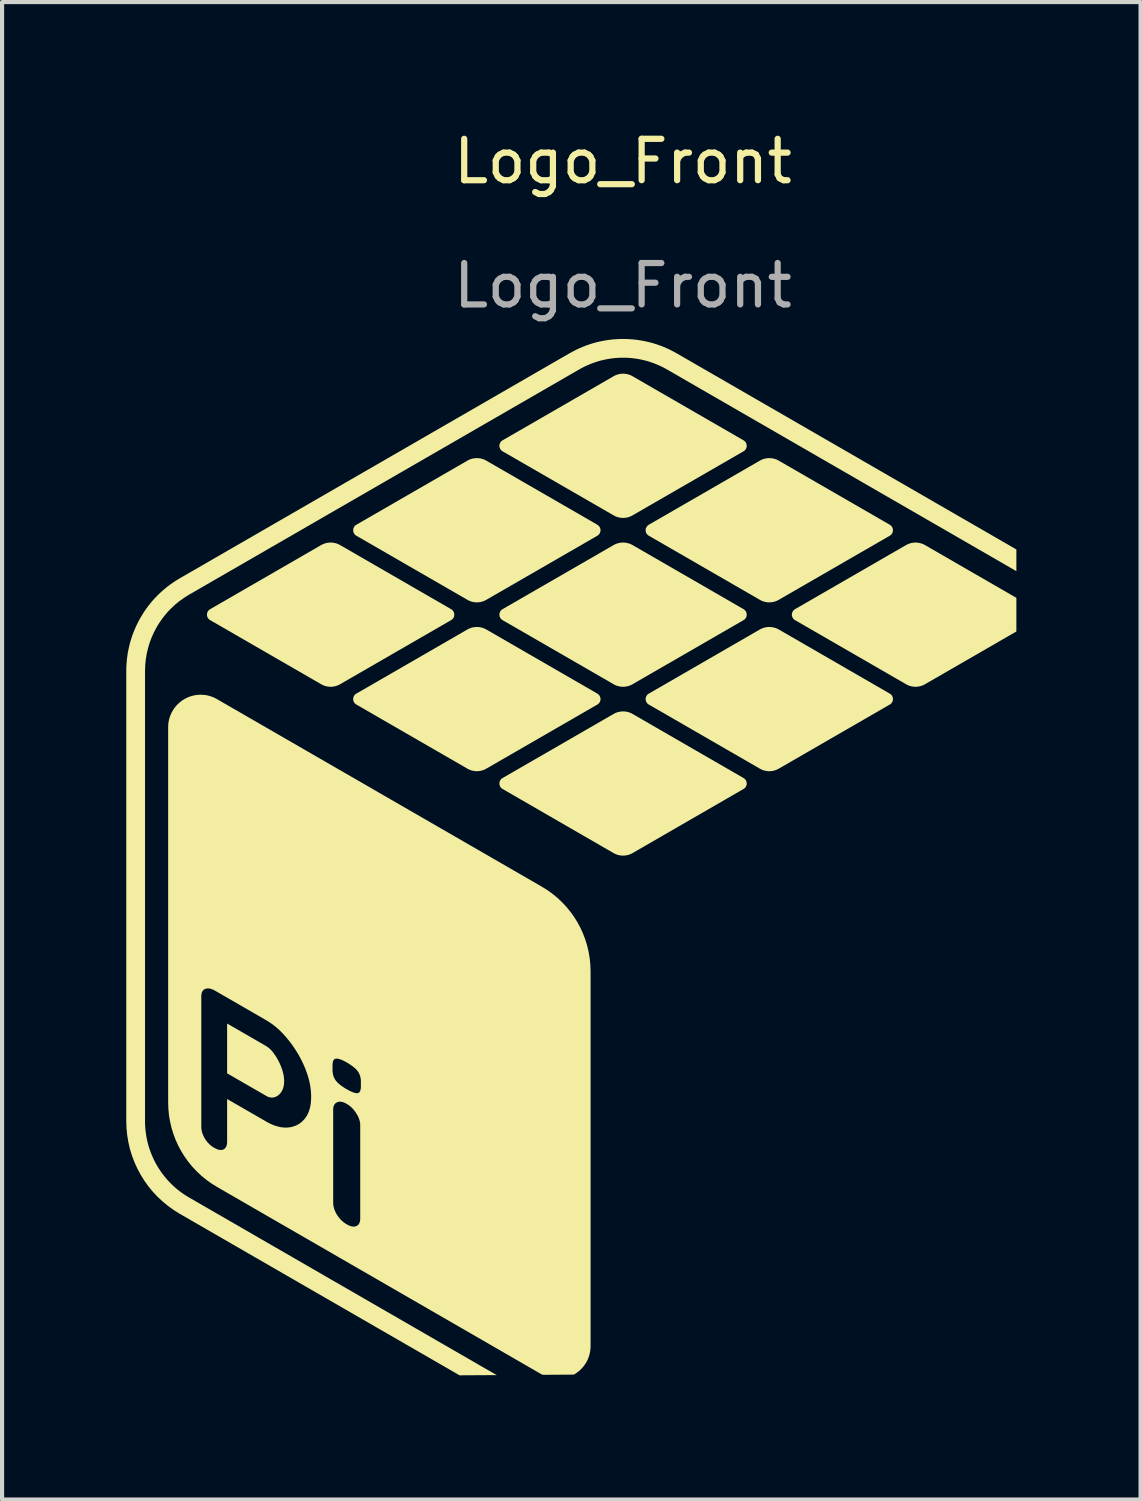
<source format=kicad_pcb>
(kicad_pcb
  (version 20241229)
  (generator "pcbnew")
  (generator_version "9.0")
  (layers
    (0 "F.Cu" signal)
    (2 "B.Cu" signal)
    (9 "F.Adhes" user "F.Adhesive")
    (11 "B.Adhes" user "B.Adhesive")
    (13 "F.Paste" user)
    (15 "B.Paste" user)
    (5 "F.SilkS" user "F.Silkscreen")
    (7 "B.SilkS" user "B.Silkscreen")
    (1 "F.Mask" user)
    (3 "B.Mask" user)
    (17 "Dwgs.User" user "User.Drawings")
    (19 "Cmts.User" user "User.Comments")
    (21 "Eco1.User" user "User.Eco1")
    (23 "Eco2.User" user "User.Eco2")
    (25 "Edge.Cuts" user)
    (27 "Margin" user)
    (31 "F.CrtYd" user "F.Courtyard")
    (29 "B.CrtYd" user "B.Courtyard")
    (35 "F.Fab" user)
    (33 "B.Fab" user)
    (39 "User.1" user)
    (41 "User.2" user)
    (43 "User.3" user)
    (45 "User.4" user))
  (footprint "Logo_Front"
    (layer "F.Cu")
    (at 11.996 18.848)
    (property "Reference" "Logo_Front" (at 0 -18 0) (unlocked yes) (layer "F.SilkS") (effects (font (size 1 1) (thickness 0.15))))
    (fp_poly (pts (xy -8.613 3.372) (xy -8.6 3.38) (xy -8.588 3.389) (xy -8.575 3.398) (xy -8.562 3.408) (xy -8.549 3.418) (xy -8.536 3.429) (xy -8.524 3.441) (xy -8.511 3.453) (xy -8.498 3.466) (xy -8.486 3.48) (xy -8.473 3.494) (xy -8.461 3.509) (xy -8.448 3.525) (xy -8.436 3.541) (xy -8.424 3.558) (xy -8.411 3.576) (xy -8.387 3.611) (xy -8.364 3.647) (xy -8.343 3.685) (xy -8.322 3.723) (xy -8.302 3.762) (xy -8.283 3.803) (xy -8.265 3.845) (xy -8.249 3.888) (xy -8.233 3.931) (xy -8.226 3.952) (xy -8.22 3.973) (xy -8.214 3.994) (xy -8.209 4.015) (xy -8.204 4.036) (xy -8.199 4.057) (xy -8.196 4.078) (xy -8.192 4.098) (xy -8.189 4.118) (xy -8.187 4.139) (xy -8.185 4.159) (xy -8.184 4.179) (xy -8.183 4.199) (xy -8.183 4.218) (xy -8.183 4.237) (xy -8.184 4.256) (xy -8.185 4.274) (xy -8.187 4.291) (xy -8.189 4.309) (xy -8.192 4.326) (xy -8.196 4.342) (xy -8.199 4.358) (xy -8.204 4.374) (xy -8.209 4.39) (xy -8.214 4.405) (xy -8.22 4.419) (xy -8.226 4.434) (xy -8.233 4.447) (xy -8.241 4.461) (xy -8.249 4.474) (xy -8.257 4.486) (xy -8.265 4.498) (xy -8.274 4.509) (xy -8.283 4.519) (xy -8.292 4.529) (xy -8.302 4.538) (xy -8.312 4.547) (xy -8.322 4.556) (xy -8.332 4.564) (xy -8.343 4.571) (xy -8.353 4.578) (xy -8.364 4.584) (xy -8.376 4.589) (xy -8.387 4.595) (xy -8.399 4.599) (xy -8.411 4.603) (xy -8.424 4.607) (xy -8.436 4.61) (xy -8.448 4.612) (xy -8.461 4.613) (xy -8.473 4.614) (xy -8.486 4.614) (xy -8.498 4.613) (xy -8.511 4.611) (xy -8.524 4.609) (xy -8.536 4.606) (xy -8.549 4.603) (xy -8.562 4.599) (xy -8.575 4.594) (xy -8.588 4.588) (xy -8.6 4.581) (xy -8.613 4.574) (xy -9.56 4.028) (xy -9.56 2.825)) (stroke (width 0) (type solid)) (fill yes) (layer "F.SilkS"))
    (fp_poly (pts (xy 7.083 -8.793) (xy 7.098 -8.792) (xy 7.113 -8.791) (xy 7.128 -8.789) (xy 7.143 -8.787) (xy 7.157 -8.784) (xy 7.172 -8.781) (xy 7.187 -8.777) (xy 7.201 -8.773) (xy 7.215 -8.769) (xy 7.229 -8.764) (xy 7.243 -8.758) (xy 7.257 -8.752) (xy 7.271 -8.746) (xy 7.284 -8.739) (xy 7.297 -8.732) (xy 9.504 -7.457) (xy 9.504 -6.645) (xy 7.297 -5.371) (xy 7.27 -5.356) (xy 7.243 -5.344) (xy 7.214 -5.333) (xy 7.186 -5.325) (xy 7.157 -5.318) (xy 7.127 -5.313) (xy 7.098 -5.31) (xy 7.068 -5.309) (xy 7.038 -5.31) (xy 7.009 -5.313) (xy 6.979 -5.318) (xy 6.95 -5.325) (xy 6.922 -5.333) (xy 6.894 -5.344) (xy 6.866 -5.356) (xy 6.839 -5.371) (xy 4.157 -6.919) (xy 4.149 -6.924) (xy 4.141 -6.93) (xy 4.133 -6.937) (xy 4.126 -6.943) (xy 4.119 -6.951) (xy 4.112 -6.958) (xy 4.107 -6.966) (xy 4.102 -6.975) (xy 4.097 -6.984) (xy 4.093 -6.993) (xy 4.089 -7.002) (xy 4.086 -7.011) (xy 4.084 -7.021) (xy 4.082 -7.031) (xy 4.081 -7.041) (xy 4.081 -7.051) (xy 4.081 -7.056) (xy 4.081 -7.061) (xy 4.082 -7.066) (xy 4.082 -7.071) (xy 4.083 -7.076) (xy 4.084 -7.081) (xy 4.085 -7.086) (xy 4.086 -7.091) (xy 4.088 -7.096) (xy 4.089 -7.101) (xy 4.091 -7.105) (xy 4.093 -7.11) (xy 4.095 -7.114) (xy 4.097 -7.119) (xy 4.099 -7.123) (xy 4.102 -7.128) (xy 4.104 -7.132) (xy 4.107 -7.136) (xy 4.11 -7.14) (xy 4.112 -7.144) (xy 4.116 -7.148) (xy 4.119 -7.152) (xy 4.122 -7.155) (xy 4.126 -7.159) (xy 4.129 -7.163) (xy 4.133 -7.166) (xy 4.137 -7.169) (xy 4.141 -7.172) (xy 4.145 -7.175) (xy 4.149 -7.178) (xy 4.153 -7.181) (xy 4.157 -7.184) (xy 6.839 -8.732) (xy 6.852 -8.739) (xy 6.865 -8.746) (xy 6.879 -8.752) (xy 6.893 -8.758) (xy 6.907 -8.764) (xy 6.921 -8.769) (xy 6.935 -8.773) (xy 6.949 -8.777) (xy 6.964 -8.781) (xy 6.978 -8.784) (xy 6.993 -8.787) (xy 7.008 -8.789) (xy 7.023 -8.791) (xy 7.038 -8.792) (xy 7.053 -8.793) (xy 7.068 -8.793)) (stroke (width 0) (type solid)) (fill yes) (layer "F.SilkS"))
    (fp_poly (pts (xy -7.045 -8.793) (xy -7.03 -8.792) (xy -7.015 -8.791) (xy -7 -8.789) (xy -6.985 -8.787) (xy -6.971 -8.784) (xy -6.956 -8.781) (xy -6.942 -8.777) (xy -6.927 -8.773) (xy -6.913 -8.769) (xy -6.899 -8.764) (xy -6.885 -8.758) (xy -6.871 -8.752) (xy -6.858 -8.746) (xy -6.844 -8.739) (xy -6.831 -8.732) (xy -4.15 -7.184) (xy -4.141 -7.178) (xy -4.133 -7.172) (xy -4.125 -7.166) (xy -4.118 -7.159) (xy -4.111 -7.152) (xy -4.105 -7.144) (xy -4.099 -7.136) (xy -4.094 -7.128) (xy -4.089 -7.119) (xy -4.085 -7.11) (xy -4.081 -7.101) (xy -4.078 -7.091) (xy -4.076 -7.081) (xy -4.075 -7.071) (xy -4.074 -7.061) (xy -4.073 -7.051) (xy -4.073 -7.046) (xy -4.074 -7.041) (xy -4.074 -7.036) (xy -4.075 -7.031) (xy -4.075 -7.026) (xy -4.076 -7.021) (xy -4.077 -7.016) (xy -4.078 -7.011) (xy -4.08 -7.007) (xy -4.081 -7.002) (xy -4.083 -6.997) (xy -4.085 -6.993) (xy -4.087 -6.988) (xy -4.089 -6.984) (xy -4.091 -6.979) (xy -4.094 -6.975) (xy -4.096 -6.971) (xy -4.099 -6.966) (xy -4.102 -6.962) (xy -4.105 -6.958) (xy -4.108 -6.955) (xy -4.111 -6.951) (xy -4.114 -6.947) (xy -4.118 -6.943) (xy -4.121 -6.94) (xy -4.125 -6.937) (xy -4.129 -6.933) (xy -4.133 -6.93) (xy -4.137 -6.927) (xy -4.141 -6.924) (xy -4.145 -6.922) (xy -4.15 -6.919) (xy -6.831 -5.371) (xy -6.858 -5.356) (xy -6.886 -5.344) (xy -6.914 -5.333) (xy -6.943 -5.325) (xy -6.972 -5.318) (xy -7.001 -5.313) (xy -7.031 -5.31) (xy -7.06 -5.309) (xy -7.09 -5.31) (xy -7.119 -5.313) (xy -7.149 -5.318) (xy -7.178 -5.325) (xy -7.207 -5.333) (xy -7.235 -5.344) (xy -7.262 -5.356) (xy -7.289 -5.371) (xy -9.97 -6.919) (xy -9.979 -6.924) (xy -9.987 -6.93) (xy -9.995 -6.937) (xy -10.002 -6.943) (xy -10.009 -6.951) (xy -10.015 -6.958) (xy -10.021 -6.966) (xy -10.026 -6.975) (xy -10.031 -6.984) (xy -10.035 -6.993) (xy -10.039 -7.002) (xy -10.041 -7.011) (xy -10.044 -7.021) (xy -10.045 -7.031) (xy -10.046 -7.041) (xy -10.047 -7.051) (xy -10.047 -7.056) (xy -10.046 -7.061) (xy -10.046 -7.066) (xy -10.045 -7.071) (xy -10.045 -7.076) (xy -10.044 -7.081) (xy -10.043 -7.086) (xy -10.041 -7.091) (xy -10.04 -7.096) (xy -10.039 -7.101) (xy -10.037 -7.105) (xy -10.035 -7.11) (xy -10.033 -7.114) (xy -10.031 -7.119) (xy -10.029 -7.123) (xy -10.026 -7.128) (xy -10.024 -7.132) (xy -10.021 -7.136) (xy -10.018 -7.14) (xy -10.015 -7.144) (xy -10.012 -7.148) (xy -10.009 -7.152) (xy -10.006 -7.155) (xy -10.002 -7.159) (xy -9.999 -7.163) (xy -9.995 -7.166) (xy -9.991 -7.169) (xy -9.987 -7.172) (xy -9.983 -7.175) (xy -9.979 -7.178) (xy -9.975 -7.181) (xy -9.97 -7.184) (xy -7.289 -8.732) (xy -7.276 -8.739) (xy -7.263 -8.746) (xy -7.249 -8.752) (xy -7.235 -8.758) (xy -7.222 -8.764) (xy -7.207 -8.769) (xy -7.193 -8.773) (xy -7.179 -8.777) (xy -7.164 -8.781) (xy -7.15 -8.784) (xy -7.135 -8.787) (xy -7.12 -8.789) (xy -7.105 -8.791) (xy -7.09 -8.792) (xy -7.075 -8.793) (xy -7.06 -8.793)) (stroke (width 0) (type solid)) (fill yes) (layer "F.SilkS"))
    (fp_poly (pts (xy -3.513 -6.753) (xy -3.498 -6.753) (xy -3.483 -6.751) (xy -3.468 -6.75) (xy -3.453 -6.748) (xy -3.439 -6.745) (xy -3.424 -6.742) (xy -3.409 -6.738) (xy -3.395 -6.734) (xy -3.381 -6.73) (xy -3.367 -6.725) (xy -3.353 -6.719) (xy -3.339 -6.713) (xy -3.326 -6.707) (xy -3.312 -6.7) (xy -3.299 -6.693) (xy -0.617 -5.144) (xy -0.609 -5.139) (xy -0.601 -5.133) (xy -0.593 -5.127) (xy -0.586 -5.12) (xy -0.579 -5.113) (xy -0.573 -5.105) (xy -0.567 -5.097) (xy -0.562 -5.088) (xy -0.557 -5.08) (xy -0.553 -5.071) (xy -0.549 -5.061) (xy -0.546 -5.052) (xy -0.544 -5.042) (xy -0.542 -5.032) (xy -0.541 -5.022) (xy -0.541 -5.012) (xy -0.541 -5.007) (xy -0.541 -5.002) (xy -0.542 -4.997) (xy -0.542 -4.992) (xy -0.543 -4.987) (xy -0.544 -4.982) (xy -0.545 -4.977) (xy -0.546 -4.972) (xy -0.548 -4.967) (xy -0.549 -4.963) (xy -0.551 -4.958) (xy -0.553 -4.953) (xy -0.555 -4.949) (xy -0.557 -4.944) (xy -0.559 -4.94) (xy -0.562 -4.936) (xy -0.564 -4.931) (xy -0.567 -4.927) (xy -0.57 -4.923) (xy -0.573 -4.919) (xy -0.576 -4.915) (xy -0.579 -4.912) (xy -0.582 -4.908) (xy -0.586 -4.904) (xy -0.589 -4.901) (xy -0.593 -4.897) (xy -0.597 -4.894) (xy -0.601 -4.891) (xy -0.605 -4.888) (xy -0.609 -4.885) (xy -0.613 -4.882) (xy -0.617 -4.88) (xy -3.299 -3.332) (xy -3.326 -3.317) (xy -3.354 -3.305) (xy -3.382 -3.294) (xy -3.41 -3.286) (xy -3.44 -3.279) (xy -3.469 -3.274) (xy -3.499 -3.271) (xy -3.528 -3.27) (xy -3.558 -3.271) (xy -3.587 -3.274) (xy -3.617 -3.279) (xy -3.646 -3.286) (xy -3.675 -3.294) (xy -3.703 -3.305) (xy -3.73 -3.317) (xy -3.757 -3.332) (xy -6.439 -4.88) (xy -6.447 -4.885) (xy -6.456 -4.891) (xy -6.463 -4.897) (xy -6.471 -4.904) (xy -6.477 -4.912) (xy -6.484 -4.919) (xy -6.49 -4.927) (xy -6.495 -4.936) (xy -6.499 -4.944) (xy -6.504 -4.953) (xy -6.507 -4.963) (xy -6.51 -4.972) (xy -6.512 -4.982) (xy -6.514 -4.992) (xy -6.515 -5.002) (xy -6.515 -5.012) (xy -6.515 -5.017) (xy -6.515 -5.022) (xy -6.514 -5.027) (xy -6.514 -5.032) (xy -6.513 -5.037) (xy -6.512 -5.042) (xy -6.511 -5.047) (xy -6.51 -5.052) (xy -6.509 -5.057) (xy -6.507 -5.061) (xy -6.505 -5.066) (xy -6.504 -5.071) (xy -6.502 -5.075) (xy -6.499 -5.08) (xy -6.497 -5.084) (xy -6.495 -5.088) (xy -6.492 -5.093) (xy -6.49 -5.097) (xy -6.487 -5.101) (xy -6.484 -5.105) (xy -6.481 -5.109) (xy -6.477 -5.113) (xy -6.474 -5.116) (xy -6.471 -5.12) (xy -6.467 -5.123) (xy -6.463 -5.127) (xy -6.46 -5.13) (xy -6.456 -5.133) (xy -6.452 -5.136) (xy -6.447 -5.139) (xy -6.443 -5.142) (xy -6.439 -5.144) (xy -3.757 -6.693) (xy -3.744 -6.7) (xy -3.731 -6.707) (xy -3.717 -6.713) (xy -3.703 -6.719) (xy -3.689 -6.725) (xy -3.675 -6.73) (xy -3.661 -6.734) (xy -3.647 -6.738) (xy -3.632 -6.742) (xy -3.617 -6.745) (xy -3.603 -6.748) (xy -3.588 -6.75) (xy -3.573 -6.751) (xy -3.558 -6.753) (xy -3.543 -6.753) (xy -3.528 -6.754)) (stroke (width 0) (type solid)) (fill yes) (layer "F.SilkS"))
    (fp_poly (pts (xy -3.513 -10.832) (xy -3.498 -10.831) (xy -3.483 -10.83) (xy -3.468 -10.828) (xy -3.453 -10.826) (xy -3.438 -10.824) (xy -3.424 -10.82) (xy -3.409 -10.817) (xy -3.395 -10.813) (xy -3.381 -10.808) (xy -3.367 -10.803) (xy -3.353 -10.797) (xy -3.339 -10.792) (xy -3.325 -10.785) (xy -3.312 -10.778) (xy -3.299 -10.771) (xy -0.617 -9.223) (xy -0.609 -9.217) (xy -0.601 -9.211) (xy -0.593 -9.205) (xy -0.586 -9.198) (xy -0.579 -9.191) (xy -0.573 -9.183) (xy -0.567 -9.175) (xy -0.562 -9.167) (xy -0.557 -9.158) (xy -0.553 -9.149) (xy -0.549 -9.14) (xy -0.546 -9.13) (xy -0.544 -9.121) (xy -0.542 -9.111) (xy -0.541 -9.101) (xy -0.541 -9.09) (xy -0.541 -9.085) (xy -0.541 -9.08) (xy -0.542 -9.075) (xy -0.542 -9.07) (xy -0.543 -9.065) (xy -0.544 -9.06) (xy -0.545 -9.055) (xy -0.546 -9.051) (xy -0.548 -9.046) (xy -0.549 -9.041) (xy -0.551 -9.036) (xy -0.553 -9.032) (xy -0.555 -9.027) (xy -0.557 -9.023) (xy -0.559 -9.018) (xy -0.562 -9.014) (xy -0.564 -9.01) (xy -0.567 -9.006) (xy -0.57 -9.002) (xy -0.573 -8.998) (xy -0.576 -8.994) (xy -0.579 -8.99) (xy -0.582 -8.986) (xy -0.586 -8.983) (xy -0.589 -8.979) (xy -0.593 -8.976) (xy -0.597 -8.973) (xy -0.601 -8.969) (xy -0.605 -8.966) (xy -0.609 -8.964) (xy -0.613 -8.961) (xy -0.617 -8.958) (xy -3.299 -7.41) (xy -3.326 -7.395) (xy -3.354 -7.383) (xy -3.382 -7.372) (xy -3.41 -7.364) (xy -3.44 -7.357) (xy -3.469 -7.352) (xy -3.499 -7.349) (xy -3.528 -7.348) (xy -3.558 -7.349) (xy -3.587 -7.352) (xy -3.617 -7.357) (xy -3.646 -7.364) (xy -3.675 -7.372) (xy -3.703 -7.383) (xy -3.73 -7.395) (xy -3.757 -7.41) (xy -6.439 -8.958) (xy -6.447 -8.964) (xy -6.456 -8.969) (xy -6.463 -8.976) (xy -6.471 -8.983) (xy -6.477 -8.99) (xy -6.484 -8.998) (xy -6.49 -9.006) (xy -6.495 -9.014) (xy -6.499 -9.023) (xy -6.504 -9.032) (xy -6.507 -9.041) (xy -6.51 -9.051) (xy -6.512 -9.06) (xy -6.514 -9.07) (xy -6.515 -9.08) (xy -6.515 -9.09) (xy -6.515 -9.096) (xy -6.515 -9.101) (xy -6.514 -9.106) (xy -6.514 -9.111) (xy -6.513 -9.116) (xy -6.512 -9.121) (xy -6.511 -9.125) (xy -6.51 -9.13) (xy -6.509 -9.135) (xy -6.507 -9.14) (xy -6.505 -9.144) (xy -6.504 -9.149) (xy -6.502 -9.154) (xy -6.499 -9.158) (xy -6.497 -9.162) (xy -6.495 -9.167) (xy -6.492 -9.171) (xy -6.49 -9.175) (xy -6.487 -9.179) (xy -6.484 -9.183) (xy -6.481 -9.187) (xy -6.477 -9.191) (xy -6.474 -9.195) (xy -6.471 -9.198) (xy -6.467 -9.202) (xy -6.463 -9.205) (xy -6.46 -9.208) (xy -6.456 -9.211) (xy -6.452 -9.214) (xy -6.447 -9.217) (xy -6.443 -9.22) (xy -6.439 -9.223) (xy -3.757 -10.771) (xy -3.744 -10.778) (xy -3.731 -10.785) (xy -3.717 -10.792) (xy -3.703 -10.798) (xy -3.689 -10.803) (xy -3.675 -10.808) (xy -3.661 -10.813) (xy -3.647 -10.817) (xy -3.632 -10.82) (xy -3.618 -10.824) (xy -3.603 -10.826) (xy -3.588 -10.828) (xy -3.573 -10.83) (xy -3.558 -10.831) (xy -3.543 -10.832) (xy -3.528 -10.832)) (stroke (width 0) (type solid)) (fill yes) (layer "F.SilkS"))
    (fp_poly (pts (xy 0.019 -8.793) (xy 0.034 -8.792) (xy 0.049 -8.791) (xy 0.064 -8.789) (xy 0.078 -8.787) (xy 0.093 -8.784) (xy 0.108 -8.781) (xy 0.122 -8.777) (xy 0.137 -8.773) (xy 0.151 -8.769) (xy 0.165 -8.764) (xy 0.179 -8.758) (xy 0.193 -8.752) (xy 0.207 -8.746) (xy 0.22 -8.739) (xy 0.233 -8.732) (xy 2.914 -7.184) (xy 2.923 -7.178) (xy 2.931 -7.172) (xy 2.939 -7.166) (xy 2.946 -7.159) (xy 2.953 -7.152) (xy 2.959 -7.144) (xy 2.965 -7.136) (xy 2.97 -7.128) (xy 2.975 -7.119) (xy 2.979 -7.11) (xy 2.982 -7.101) (xy 2.985 -7.091) (xy 2.987 -7.081) (xy 2.989 -7.071) (xy 2.99 -7.061) (xy 2.99 -7.051) (xy 2.99 -7.046) (xy 2.99 -7.041) (xy 2.99 -7.036) (xy 2.989 -7.031) (xy 2.988 -7.026) (xy 2.987 -7.021) (xy 2.986 -7.016) (xy 2.985 -7.011) (xy 2.984 -7.007) (xy 2.982 -7.002) (xy 2.981 -6.997) (xy 2.979 -6.993) (xy 2.977 -6.988) (xy 2.975 -6.984) (xy 2.972 -6.979) (xy 2.97 -6.975) (xy 2.967 -6.971) (xy 2.965 -6.966) (xy 2.962 -6.962) (xy 2.959 -6.958) (xy 2.956 -6.955) (xy 2.953 -6.951) (xy 2.949 -6.947) (xy 2.946 -6.943) (xy 2.942 -6.94) (xy 2.939 -6.937) (xy 2.935 -6.933) (xy 2.931 -6.93) (xy 2.927 -6.927) (xy 2.923 -6.924) (xy 2.918 -6.922) (xy 2.914 -6.919) (xy 0.233 -5.371) (xy 0.206 -5.356) (xy 0.179 -5.344) (xy 0.15 -5.333) (xy 0.122 -5.325) (xy 0.093 -5.318) (xy 0.063 -5.313) (xy 0.034 -5.31) (xy 0.004 -5.309) (xy -0.026 -5.31) (xy -0.055 -5.313) (xy -0.085 -5.318) (xy -0.114 -5.325) (xy -0.142 -5.333) (xy -0.171 -5.344) (xy -0.198 -5.356) (xy -0.225 -5.371) (xy -2.907 -6.919) (xy -2.915 -6.924) (xy -2.924 -6.93) (xy -2.931 -6.937) (xy -2.939 -6.943) (xy -2.945 -6.951) (xy -2.952 -6.958) (xy -2.957 -6.966) (xy -2.963 -6.975) (xy -2.967 -6.984) (xy -2.971 -6.993) (xy -2.975 -7.002) (xy -2.978 -7.011) (xy -2.98 -7.021) (xy -2.982 -7.031) (xy -2.983 -7.041) (xy -2.983 -7.051) (xy -2.983 -7.056) (xy -2.983 -7.061) (xy -2.982 -7.066) (xy -2.982 -7.071) (xy -2.981 -7.076) (xy -2.98 -7.081) (xy -2.979 -7.086) (xy -2.978 -7.091) (xy -2.976 -7.096) (xy -2.975 -7.101) (xy -2.973 -7.105) (xy -2.971 -7.11) (xy -2.969 -7.114) (xy -2.967 -7.119) (xy -2.965 -7.123) (xy -2.963 -7.128) (xy -2.96 -7.132) (xy -2.957 -7.136) (xy -2.955 -7.14) (xy -2.952 -7.144) (xy -2.949 -7.148) (xy -2.945 -7.152) (xy -2.942 -7.155) (xy -2.939 -7.159) (xy -2.935 -7.163) (xy -2.931 -7.166) (xy -2.928 -7.169) (xy -2.924 -7.172) (xy -2.92 -7.175) (xy -2.915 -7.178) (xy -2.911 -7.181) (xy -2.907 -7.184) (xy -0.225 -8.732) (xy -0.212 -8.739) (xy -0.199 -8.746) (xy -0.185 -8.752) (xy -0.171 -8.758) (xy -0.157 -8.764) (xy -0.143 -8.769) (xy -0.129 -8.773) (xy -0.115 -8.777) (xy -0.1 -8.781) (xy -0.086 -8.784) (xy -0.071 -8.787) (xy -0.056 -8.789) (xy -0.041 -8.791) (xy -0.026 -8.792) (xy -0.011 -8.793) (xy 0.004 -8.793)) (stroke (width 0) (type solid)) (fill yes) (layer "F.SilkS"))
    (fp_poly (pts (xy 0.019 -12.871) (xy 0.034 -12.871) (xy 0.049 -12.869) (xy 0.064 -12.868) (xy 0.079 -12.865) (xy 0.093 -12.863) (xy 0.108 -12.86) (xy 0.122 -12.856) (xy 0.137 -12.852) (xy 0.151 -12.847) (xy 0.165 -12.842) (xy 0.179 -12.837) (xy 0.193 -12.831) (xy 0.207 -12.824) (xy 0.22 -12.817) (xy 0.233 -12.81) (xy 2.914 -11.262) (xy 2.923 -11.256) (xy 2.931 -11.251) (xy 2.939 -11.244) (xy 2.946 -11.237) (xy 2.953 -11.23) (xy 2.959 -11.222) (xy 2.965 -11.214) (xy 2.97 -11.206) (xy 2.975 -11.197) (xy 2.979 -11.188) (xy 2.982 -11.179) (xy 2.985 -11.169) (xy 2.987 -11.16) (xy 2.989 -11.15) (xy 2.99 -11.14) (xy 2.99 -11.13) (xy 2.99 -11.124) (xy 2.99 -11.119) (xy 2.99 -11.114) (xy 2.989 -11.109) (xy 2.988 -11.104) (xy 2.987 -11.099) (xy 2.986 -11.095) (xy 2.985 -11.09) (xy 2.984 -11.085) (xy 2.982 -11.08) (xy 2.981 -11.076) (xy 2.979 -11.071) (xy 2.977 -11.066) (xy 2.975 -11.062) (xy 2.972 -11.058) (xy 2.97 -11.053) (xy 2.967 -11.049) (xy 2.965 -11.045) (xy 2.962 -11.041) (xy 2.959 -11.037) (xy 2.956 -11.033) (xy 2.953 -11.029) (xy 2.949 -11.025) (xy 2.946 -11.022) (xy 2.942 -11.018) (xy 2.939 -11.015) (xy 2.935 -11.012) (xy 2.931 -11.009) (xy 2.927 -11.006) (xy 2.923 -11.003) (xy 2.918 -11) (xy 2.914 -10.997) (xy 0.233 -9.45) (xy 0.206 -9.435) (xy 0.179 -9.423) (xy 0.15 -9.412) (xy 0.122 -9.403) (xy 0.093 -9.397) (xy 0.063 -9.392) (xy 0.034 -9.389) (xy 0.004 -9.388) (xy -0.026 -9.389) (xy -0.055 -9.392) (xy -0.085 -9.397) (xy -0.114 -9.403) (xy -0.142 -9.412) (xy -0.171 -9.423) (xy -0.198 -9.435) (xy -0.225 -9.45) (xy -2.907 -10.997) (xy -2.915 -11.003) (xy -2.924 -11.009) (xy -2.931 -11.015) (xy -2.939 -11.022) (xy -2.945 -11.029) (xy -2.952 -11.037) (xy -2.957 -11.045) (xy -2.963 -11.053) (xy -2.967 -11.062) (xy -2.971 -11.071) (xy -2.975 -11.08) (xy -2.978 -11.09) (xy -2.98 -11.099) (xy -2.982 -11.109) (xy -2.983 -11.119) (xy -2.983 -11.13) (xy -2.983 -11.135) (xy -2.983 -11.14) (xy -2.982 -11.145) (xy -2.982 -11.15) (xy -2.981 -11.155) (xy -2.98 -11.16) (xy -2.979 -11.165) (xy -2.978 -11.169) (xy -2.976 -11.174) (xy -2.975 -11.179) (xy -2.973 -11.184) (xy -2.971 -11.188) (xy -2.969 -11.193) (xy -2.967 -11.197) (xy -2.965 -11.202) (xy -2.963 -11.206) (xy -2.96 -11.21) (xy -2.957 -11.214) (xy -2.955 -11.218) (xy -2.952 -11.222) (xy -2.949 -11.226) (xy -2.945 -11.23) (xy -2.942 -11.234) (xy -2.939 -11.237) (xy -2.935 -11.241) (xy -2.931 -11.244) (xy -2.928 -11.247) (xy -2.924 -11.251) (xy -2.92 -11.254) (xy -2.915 -11.256) (xy -2.911 -11.259) (xy -2.907 -11.262) (xy -0.225 -12.81) (xy -0.212 -12.817) (xy -0.199 -12.824) (xy -0.185 -12.831) (xy -0.171 -12.837) (xy -0.158 -12.842) (xy -0.143 -12.847) (xy -0.129 -12.852) (xy -0.115 -12.856) (xy -0.1 -12.86) (xy -0.086 -12.863) (xy -0.071 -12.865) (xy -0.056 -12.868) (xy -0.041 -12.869) (xy -0.026 -12.871) (xy -0.011 -12.871) (xy 0.004 -12.872)) (stroke (width 0) (type solid)) (fill yes) (layer "F.SilkS"))
    (fp_poly (pts (xy 0.019 -4.714) (xy 0.034 -4.713) (xy 0.049 -4.712) (xy 0.064 -4.711) (xy 0.079 -4.708) (xy 0.093 -4.706) (xy 0.108 -4.702) (xy 0.122 -4.699) (xy 0.137 -4.695) (xy 0.151 -4.69) (xy 0.165 -4.685) (xy 0.179 -4.68) (xy 0.193 -4.674) (xy 0.207 -4.667) (xy 0.22 -4.66) (xy 0.233 -4.653) (xy 2.914 -3.105) (xy 2.923 -3.1) (xy 2.931 -3.094) (xy 2.939 -3.088) (xy 2.946 -3.081) (xy 2.953 -3.073) (xy 2.959 -3.066) (xy 2.965 -3.058) (xy 2.97 -3.049) (xy 2.975 -3.041) (xy 2.979 -3.032) (xy 2.982 -3.022) (xy 2.985 -3.013) (xy 2.987 -3.003) (xy 2.989 -2.993) (xy 2.99 -2.983) (xy 2.99 -2.973) (xy 2.99 -2.968) (xy 2.99 -2.963) (xy 2.99 -2.958) (xy 2.989 -2.953) (xy 2.988 -2.948) (xy 2.987 -2.943) (xy 2.986 -2.938) (xy 2.985 -2.933) (xy 2.984 -2.928) (xy 2.982 -2.924) (xy 2.981 -2.919) (xy 2.979 -2.914) (xy 2.977 -2.91) (xy 2.975 -2.905) (xy 2.972 -2.901) (xy 2.97 -2.897) (xy 2.967 -2.892) (xy 2.965 -2.888) (xy 2.962 -2.884) (xy 2.959 -2.88) (xy 2.956 -2.876) (xy 2.953 -2.872) (xy 2.949 -2.869) (xy 2.946 -2.865) (xy 2.942 -2.862) (xy 2.939 -2.858) (xy 2.935 -2.855) (xy 2.931 -2.852) (xy 2.927 -2.849) (xy 2.923 -2.846) (xy 2.918 -2.843) (xy 2.914 -2.841) (xy 0.233 -1.292) (xy 0.206 -1.278) (xy 0.179 -1.266) (xy 0.15 -1.255) (xy 0.122 -1.246) (xy 0.093 -1.24) (xy 0.063 -1.235) (xy 0.034 -1.232) (xy 0.004 -1.231) (xy -0.026 -1.232) (xy -0.055 -1.235) (xy -0.085 -1.24) (xy -0.114 -1.246) (xy -0.142 -1.255) (xy -0.171 -1.266) (xy -0.198 -1.278) (xy -0.225 -1.292) (xy -2.907 -2.841) (xy -2.915 -2.846) (xy -2.924 -2.852) (xy -2.931 -2.858) (xy -2.939 -2.865) (xy -2.945 -2.872) (xy -2.952 -2.88) (xy -2.957 -2.888) (xy -2.963 -2.897) (xy -2.967 -2.905) (xy -2.971 -2.914) (xy -2.975 -2.924) (xy -2.978 -2.933) (xy -2.98 -2.943) (xy -2.982 -2.953) (xy -2.983 -2.963) (xy -2.983 -2.973) (xy -2.983 -2.978) (xy -2.983 -2.983) (xy -2.982 -2.988) (xy -2.982 -2.993) (xy -2.981 -2.998) (xy -2.98 -3.003) (xy -2.979 -3.008) (xy -2.978 -3.013) (xy -2.976 -3.018) (xy -2.975 -3.022) (xy -2.973 -3.027) (xy -2.971 -3.032) (xy -2.969 -3.036) (xy -2.967 -3.041) (xy -2.965 -3.045) (xy -2.963 -3.049) (xy -2.96 -3.054) (xy -2.957 -3.058) (xy -2.955 -3.062) (xy -2.952 -3.066) (xy -2.949 -3.07) (xy -2.945 -3.073) (xy -2.942 -3.077) (xy -2.939 -3.081) (xy -2.935 -3.084) (xy -2.931 -3.088) (xy -2.928 -3.091) (xy -2.924 -3.094) (xy -2.92 -3.097) (xy -2.915 -3.1) (xy -2.911 -3.103) (xy -2.907 -3.105) (xy -0.225 -4.653) (xy -0.212 -4.66) (xy -0.199 -4.667) (xy -0.185 -4.674) (xy -0.171 -4.68) (xy -0.158 -4.685) (xy -0.143 -4.69) (xy -0.129 -4.695) (xy -0.115 -4.699) (xy -0.1 -4.702) (xy -0.086 -4.706) (xy -0.071 -4.708) (xy -0.056 -4.71) (xy -0.041 -4.712) (xy -0.026 -4.713) (xy -0.011 -4.714) (xy 0.004 -4.714)) (stroke (width 0) (type solid)) (fill yes) (layer "F.SilkS"))
    (fp_poly (pts (xy 3.551 -6.753) (xy 3.566 -6.753) (xy 3.581 -6.751) (xy 3.596 -6.75) (xy 3.611 -6.748) (xy 3.625 -6.745) (xy 3.64 -6.742) (xy 3.654 -6.738) (xy 3.669 -6.734) (xy 3.683 -6.73) (xy 3.697 -6.725) (xy 3.711 -6.719) (xy 3.725 -6.713) (xy 3.739 -6.707) (xy 3.752 -6.7) (xy 3.765 -6.693) (xy 6.446 -5.144) (xy 6.455 -5.139) (xy 6.463 -5.133) (xy 6.471 -5.127) (xy 6.478 -5.12) (xy 6.485 -5.113) (xy 6.491 -5.105) (xy 6.497 -5.097) (xy 6.502 -5.088) (xy 6.507 -5.08) (xy 6.511 -5.071) (xy 6.514 -5.061) (xy 6.517 -5.052) (xy 6.52 -5.042) (xy 6.521 -5.032) (xy 6.522 -5.022) (xy 6.523 -5.012) (xy 6.522 -5.007) (xy 6.522 -5.002) (xy 6.522 -4.997) (xy 6.521 -4.992) (xy 6.52 -4.987) (xy 6.52 -4.982) (xy 6.518 -4.977) (xy 6.517 -4.972) (xy 6.516 -4.967) (xy 6.514 -4.963) (xy 6.513 -4.958) (xy 6.511 -4.953) (xy 6.509 -4.949) (xy 6.507 -4.944) (xy 6.504 -4.94) (xy 6.502 -4.936) (xy 6.5 -4.931) (xy 6.497 -4.927) (xy 6.494 -4.923) (xy 6.491 -4.919) (xy 6.488 -4.915) (xy 6.485 -4.912) (xy 6.481 -4.908) (xy 6.478 -4.904) (xy 6.474 -4.901) (xy 6.471 -4.897) (xy 6.467 -4.894) (xy 6.463 -4.891) (xy 6.459 -4.888) (xy 6.455 -4.885) (xy 6.451 -4.882) (xy 6.446 -4.88) (xy 3.765 -3.332) (xy 3.738 -3.317) (xy 3.711 -3.305) (xy 3.682 -3.294) (xy 3.654 -3.286) (xy 3.625 -3.279) (xy 3.595 -3.274) (xy 3.566 -3.271) (xy 3.536 -3.27) (xy 3.506 -3.271) (xy 3.477 -3.274) (xy 3.447 -3.279) (xy 3.418 -3.286) (xy 3.39 -3.294) (xy 3.361 -3.305) (xy 3.334 -3.317) (xy 3.307 -3.332) (xy 0.625 -4.88) (xy 0.617 -4.885) (xy 0.608 -4.891) (xy 0.601 -4.897) (xy 0.593 -4.904) (xy 0.587 -4.912) (xy 0.58 -4.919) (xy 0.575 -4.927) (xy 0.569 -4.936) (xy 0.565 -4.944) (xy 0.561 -4.953) (xy 0.557 -4.963) (xy 0.554 -4.972) (xy 0.552 -4.982) (xy 0.55 -4.992) (xy 0.549 -5.002) (xy 0.549 -5.012) (xy 0.549 -5.017) (xy 0.549 -5.022) (xy 0.55 -5.027) (xy 0.55 -5.032) (xy 0.551 -5.037) (xy 0.552 -5.042) (xy 0.553 -5.047) (xy 0.554 -5.052) (xy 0.556 -5.057) (xy 0.557 -5.061) (xy 0.559 -5.066) (xy 0.561 -5.071) (xy 0.563 -5.075) (xy 0.565 -5.08) (xy 0.567 -5.084) (xy 0.569 -5.088) (xy 0.572 -5.093) (xy 0.575 -5.097) (xy 0.577 -5.101) (xy 0.58 -5.105) (xy 0.583 -5.109) (xy 0.587 -5.113) (xy 0.59 -5.116) (xy 0.593 -5.12) (xy 0.597 -5.123) (xy 0.601 -5.127) (xy 0.605 -5.13) (xy 0.608 -5.133) (xy 0.613 -5.136) (xy 0.617 -5.139) (xy 0.621 -5.142) (xy 0.625 -5.144) (xy 3.307 -6.693) (xy 3.32 -6.7) (xy 3.333 -6.707) (xy 3.347 -6.713) (xy 3.361 -6.719) (xy 3.375 -6.725) (xy 3.389 -6.73) (xy 3.403 -6.734) (xy 3.417 -6.738) (xy 3.432 -6.742) (xy 3.446 -6.745) (xy 3.461 -6.748) (xy 3.476 -6.75) (xy 3.491 -6.751) (xy 3.506 -6.753) (xy 3.521 -6.753) (xy 3.536 -6.754)) (stroke (width 0) (type solid)) (fill yes) (layer "F.SilkS"))
    (fp_poly (pts (xy 3.551 -10.832) (xy 3.566 -10.831) (xy 3.581 -10.83) (xy 3.596 -10.828) (xy 3.611 -10.826) (xy 3.625 -10.824) (xy 3.64 -10.82) (xy 3.655 -10.817) (xy 3.669 -10.813) (xy 3.683 -10.808) (xy 3.697 -10.803) (xy 3.711 -10.798) (xy 3.725 -10.792) (xy 3.739 -10.785) (xy 3.752 -10.778) (xy 3.765 -10.771) (xy 6.446 -9.223) (xy 6.455 -9.217) (xy 6.463 -9.211) (xy 6.471 -9.205) (xy 6.478 -9.198) (xy 6.485 -9.191) (xy 6.491 -9.183) (xy 6.497 -9.175) (xy 6.502 -9.167) (xy 6.507 -9.158) (xy 6.511 -9.149) (xy 6.514 -9.14) (xy 6.517 -9.13) (xy 6.52 -9.121) (xy 6.521 -9.111) (xy 6.522 -9.101) (xy 6.523 -9.09) (xy 6.522 -9.085) (xy 6.522 -9.08) (xy 6.522 -9.075) (xy 6.521 -9.07) (xy 6.52 -9.065) (xy 6.52 -9.06) (xy 6.518 -9.055) (xy 6.517 -9.051) (xy 6.516 -9.046) (xy 6.514 -9.041) (xy 6.513 -9.036) (xy 6.511 -9.032) (xy 6.509 -9.027) (xy 6.507 -9.023) (xy 6.504 -9.018) (xy 6.502 -9.014) (xy 6.5 -9.01) (xy 6.497 -9.006) (xy 6.494 -9.002) (xy 6.491 -8.998) (xy 6.488 -8.994) (xy 6.485 -8.99) (xy 6.481 -8.986) (xy 6.478 -8.983) (xy 6.474 -8.979) (xy 6.471 -8.976) (xy 6.467 -8.973) (xy 6.463 -8.969) (xy 6.459 -8.966) (xy 6.455 -8.964) (xy 6.451 -8.961) (xy 6.446 -8.958) (xy 3.765 -7.41) (xy 3.738 -7.395) (xy 3.711 -7.383) (xy 3.682 -7.372) (xy 3.654 -7.364) (xy 3.625 -7.357) (xy 3.595 -7.352) (xy 3.566 -7.349) (xy 3.536 -7.348) (xy 3.506 -7.349) (xy 3.477 -7.352) (xy 3.447 -7.357) (xy 3.418 -7.364) (xy 3.39 -7.372) (xy 3.361 -7.383) (xy 3.334 -7.395) (xy 3.307 -7.41) (xy 0.625 -8.958) (xy 0.617 -8.964) (xy 0.608 -8.969) (xy 0.601 -8.976) (xy 0.593 -8.983) (xy 0.587 -8.99) (xy 0.58 -8.998) (xy 0.575 -9.006) (xy 0.569 -9.014) (xy 0.565 -9.023) (xy 0.561 -9.032) (xy 0.557 -9.041) (xy 0.554 -9.051) (xy 0.552 -9.06) (xy 0.55 -9.07) (xy 0.549 -9.08) (xy 0.549 -9.09) (xy 0.549 -9.096) (xy 0.549 -9.101) (xy 0.55 -9.106) (xy 0.55 -9.111) (xy 0.551 -9.116) (xy 0.552 -9.121) (xy 0.553 -9.125) (xy 0.554 -9.13) (xy 0.556 -9.135) (xy 0.557 -9.14) (xy 0.559 -9.144) (xy 0.561 -9.149) (xy 0.563 -9.154) (xy 0.565 -9.158) (xy 0.567 -9.162) (xy 0.569 -9.167) (xy 0.572 -9.171) (xy 0.575 -9.175) (xy 0.577 -9.179) (xy 0.58 -9.183) (xy 0.583 -9.187) (xy 0.587 -9.191) (xy 0.59 -9.195) (xy 0.593 -9.198) (xy 0.597 -9.202) (xy 0.601 -9.205) (xy 0.605 -9.208) (xy 0.608 -9.211) (xy 0.613 -9.214) (xy 0.617 -9.217) (xy 0.621 -9.22) (xy 0.625 -9.223) (xy 3.307 -10.771) (xy 3.32 -10.778) (xy 3.333 -10.785) (xy 3.347 -10.792) (xy 3.361 -10.797) (xy 3.375 -10.803) (xy 3.389 -10.808) (xy 3.403 -10.813) (xy 3.417 -10.817) (xy 3.432 -10.82) (xy 3.446 -10.824) (xy 3.461 -10.826) (xy 3.476 -10.828) (xy 3.491 -10.83) (xy 3.506 -10.831) (xy 3.521 -10.832) (xy 3.536 -10.832)) (stroke (width 0) (type solid)) (fill yes) (layer "F.SilkS"))
    (fp_poly (pts (xy 0.087 -13.709) (xy 0.171 -13.705) (xy 0.254 -13.699) (xy 0.337 -13.689) (xy 0.42 -13.677) (xy 0.503 -13.662) (xy 0.585 -13.645) (xy 0.667 -13.625) (xy 0.748 -13.602) (xy 0.828 -13.576) (xy 0.908 -13.548) (xy 0.987 -13.517) (xy 1.065 -13.483) (xy 1.143 -13.447) (xy 1.219 -13.407) (xy 1.295 -13.366) (xy 9.504 -8.626) (xy 9.504 -8.102) (xy 1.068 -12.972) (xy 1.005 -13.007) (xy 0.942 -13.039) (xy 0.879 -13.069) (xy 0.814 -13.097) (xy 0.749 -13.123) (xy 0.683 -13.146) (xy 0.617 -13.168) (xy 0.55 -13.187) (xy 0.483 -13.203) (xy 0.415 -13.218) (xy 0.347 -13.23) (xy 0.279 -13.24) (xy 0.21 -13.248) (xy 0.141 -13.254) (xy 0.073 -13.257) (xy 0.004 -13.258) (xy -0.065 -13.257) (xy -0.134 -13.254) (xy -0.203 -13.248) (xy -0.271 -13.24) (xy -0.339 -13.23) (xy -0.407 -13.218) (xy -0.475 -13.203) (xy -0.542 -13.187) (xy -0.609 -13.168) (xy -0.675 -13.146) (xy -0.741 -13.123) (xy -0.806 -13.097) (xy -0.871 -13.069) (xy -0.935 -13.039) (xy -0.998 -13.007) (xy -1.06 -12.972) (xy -10.479 -7.534) (xy -10.599 -7.459) (xy -10.714 -7.377) (xy -10.822 -7.288) (xy -10.923 -7.193) (xy -11.018 -7.092) (xy -11.105 -6.985) (xy -11.185 -6.873) (xy -11.258 -6.756) (xy -11.323 -6.634) (xy -11.38 -6.509) (xy -11.429 -6.38) (xy -11.469 -6.247) (xy -11.501 -6.112) (xy -11.524 -5.974) (xy -11.538 -5.834) (xy -11.543 -5.692) (xy -11.543 5.184) (xy -11.542 5.255) (xy -11.538 5.326) (xy -11.532 5.396) (xy -11.524 5.466) (xy -11.514 5.535) (xy -11.501 5.604) (xy -11.486 5.672) (xy -11.469 5.74) (xy -11.45 5.806) (xy -11.429 5.872) (xy -11.405 5.937) (xy -11.38 6.001) (xy -11.352 6.064) (xy -11.323 6.127) (xy -11.291 6.188) (xy -11.258 6.248) (xy -11.223 6.307) (xy -11.185 6.365) (xy -11.146 6.422) (xy -11.105 6.477) (xy -11.062 6.531) (xy -11.018 6.584) (xy -10.971 6.636) (xy -10.923 6.686) (xy -10.873 6.734) (xy -10.822 6.781) (xy -10.769 6.826) (xy -10.714 6.87) (xy -10.657 6.912) (xy -10.599 6.952) (xy -10.54 6.99) (xy -10.479 7.027) (xy -3.049 11.317) (xy -3.946 11.322) (xy -10.706 7.42) (xy -10.852 7.329) (xy -10.99 7.229) (xy -11.121 7.121) (xy -11.244 7.006) (xy -11.359 6.883) (xy -11.465 6.753) (xy -11.562 6.617) (xy -11.65 6.475) (xy -11.729 6.327) (xy -11.798 6.175) (xy -11.858 6.018) (xy -11.907 5.858) (xy -11.945 5.693) (xy -11.973 5.526) (xy -11.99 5.356) (xy -11.996 5.184) (xy -11.996 -5.692) (xy -11.995 -5.778) (xy -11.99 -5.864) (xy -11.983 -5.949) (xy -11.973 -6.033) (xy -11.961 -6.118) (xy -11.945 -6.201) (xy -11.927 -6.283) (xy -11.907 -6.365) (xy -11.883 -6.446) (xy -11.858 -6.526) (xy -11.829 -6.605) (xy -11.798 -6.683) (xy -11.765 -6.759) (xy -11.729 -6.835) (xy -11.691 -6.909) (xy -11.65 -6.983) (xy -11.607 -7.054) (xy -11.562 -7.125) (xy -11.515 -7.193) (xy -11.465 -7.261) (xy -11.413 -7.326) (xy -11.359 -7.391) (xy -11.303 -7.453) (xy -11.244 -7.513) (xy -11.184 -7.572) (xy -11.121 -7.629) (xy -11.057 -7.684) (xy -10.99 -7.737) (xy -10.922 -7.788) (xy -10.852 -7.837) (xy -10.78 -7.883) (xy -10.706 -7.928) (xy -1.287 -13.366) (xy -1.211 -13.407) (xy -1.135 -13.447) (xy -1.058 -13.483) (xy -0.979 -13.517) (xy -0.9 -13.548) (xy -0.821 -13.576) (xy -0.74 -13.602) (xy -0.659 -13.625) (xy -0.577 -13.645) (xy -0.495 -13.662) (xy -0.413 -13.677) (xy -0.33 -13.689) (xy -0.247 -13.699) (xy -0.163 -13.705) (xy -0.08 -13.709) (xy 0.004 -13.711)) (stroke (width 0) (type solid)) (fill yes) (layer "F.SilkS"))
    (fp_poly (pts (xy -10.159 -5.116) (xy -10.118 -5.113) (xy -10.097 -5.11) (xy -10.077 -5.108) (xy -10.057 -5.104) (xy -10.036 -5.1) (xy -10.016 -5.096) (xy -9.996 -5.09) (xy -9.977 -5.085) (xy -9.957 -5.079) (xy -9.938 -5.072) (xy -9.918 -5.065) (xy -9.899 -5.058) (xy -9.88 -5.049) (xy -9.862 -5.041) (xy -9.843 -5.032) (xy -9.825 -5.022) (xy -9.807 -5.012) (xy -1.959 -0.481) (xy -1.825 -0.398) (xy -1.699 -0.307) (xy -1.579 -0.208) (xy -1.467 -0.103) (xy -1.363 0.009) (xy -1.266 0.128) (xy -1.177 0.252) (xy -1.097 0.381) (xy -1.025 0.516) (xy -0.962 0.655) (xy -0.908 0.798) (xy -0.863 0.944) (xy -0.828 1.094) (xy -0.802 1.247) (xy -0.787 1.402) (xy -0.781 1.559) (xy -0.781 10.622) (xy -0.782 10.649) (xy -0.783 10.675) (xy -0.786 10.701) (xy -0.789 10.727) (xy -0.793 10.753) (xy -0.798 10.779) (xy -0.804 10.804) (xy -0.81 10.829) (xy -0.818 10.854) (xy -0.826 10.879) (xy -0.835 10.903) (xy -0.844 10.927) (xy -0.855 10.95) (xy -0.866 10.974) (xy -0.878 10.996) (xy -0.891 11.019) (xy -0.905 11.041) (xy -0.919 11.062) (xy -0.934 11.083) (xy -0.949 11.104) (xy -0.966 11.124) (xy -0.983 11.143) (xy -1 11.162) (xy -1.018 11.18) (xy -1.037 11.198) (xy -1.057 11.215) (xy -1.077 11.232) (xy -1.098 11.248) (xy -1.119 11.263) (xy -1.141 11.278) (xy -1.163 11.292) (xy -1.186 11.305) (xy -1.928 11.31) (xy -1.936 11.308) (xy -1.943 11.306) (xy -1.951 11.304) (xy -1.958 11.302) (xy -9.142 7.154) (xy -6.998 7.154) (xy -6.998 7.172) (xy -6.997 7.19) (xy -6.995 7.207) (xy -6.992 7.225) (xy -6.989 7.243) (xy -6.985 7.262) (xy -6.98 7.28) (xy -6.975 7.298) (xy -6.968 7.316) (xy -6.961 7.335) (xy -6.954 7.353) (xy -6.945 7.372) (xy -6.936 7.391) (xy -6.927 7.409) (xy -6.916 7.428) (xy -6.905 7.447) (xy -6.893 7.465) (xy -6.881 7.483) (xy -6.869 7.5) (xy -6.856 7.516) (xy -6.842 7.532) (xy -6.829 7.547) (xy -6.815 7.562) (xy -6.8 7.577) (xy -6.786 7.591) (xy -6.77 7.604) (xy -6.755 7.617) (xy -6.739 7.63) (xy -6.723 7.642) (xy -6.706 7.653) (xy -6.689 7.664) (xy -6.671 7.674) (xy -6.654 7.684) (xy -6.637 7.693) (xy -6.62 7.701) (xy -6.604 7.708) (xy -6.588 7.714) (xy -6.572 7.719) (xy -6.557 7.723) (xy -6.542 7.726) (xy -6.528 7.728) (xy -6.514 7.73) (xy -6.5 7.73) (xy -6.487 7.729) (xy -6.474 7.728) (xy -6.462 7.725) (xy -6.45 7.722) (xy -6.438 7.717) (xy -6.427 7.711) (xy -6.416 7.705) (xy -6.406 7.697) (xy -6.397 7.689) (xy -6.389 7.68) (xy -6.381 7.67) (xy -6.374 7.66) (xy -6.368 7.649) (xy -6.363 7.637) (xy -6.358 7.624) (xy -6.354 7.61) (xy -6.351 7.596) (xy -6.348 7.581) (xy -6.346 7.565) (xy -6.345 7.549) (xy -6.345 7.531) (xy -6.345 5.285) (xy -6.345 5.267) (xy -6.346 5.25) (xy -6.348 5.232) (xy -6.351 5.214) (xy -6.354 5.196) (xy -6.358 5.178) (xy -6.363 5.161) (xy -6.368 5.143) (xy -6.374 5.125) (xy -6.381 5.107) (xy -6.389 5.089) (xy -6.397 5.071) (xy -6.406 5.053) (xy -6.416 5.035) (xy -6.427 5.016) (xy -6.438 4.998) (xy -6.45 4.98) (xy -6.462 4.961) (xy -6.474 4.944) (xy -6.487 4.927) (xy -6.5 4.91) (xy -6.514 4.895) (xy -6.528 4.879) (xy -6.542 4.864) (xy -6.557 4.85) (xy -6.572 4.836) (xy -6.588 4.823) (xy -6.604 4.811) (xy -6.62 4.799) (xy -6.637 4.787) (xy -6.654 4.776) (xy -6.671 4.766) (xy -6.689 4.756) (xy -6.697 4.751) (xy -6.706 4.747) (xy -6.714 4.743) (xy -6.723 4.739) (xy -6.731 4.736) (xy -6.739 4.732) (xy -6.747 4.729) (xy -6.755 4.727) (xy -6.763 4.724) (xy -6.771 4.722) (xy -6.778 4.72) (xy -6.786 4.718) (xy -6.793 4.716) (xy -6.801 4.715) (xy -6.808 4.714) (xy -6.815 4.713) (xy -6.822 4.713) (xy -6.829 4.712) (xy -6.836 4.712) (xy -6.843 4.713) (xy -6.849 4.713) (xy -6.856 4.714) (xy -6.862 4.715) (xy -6.869 4.716) (xy -6.875 4.717) (xy -6.881 4.719) (xy -6.887 4.721) (xy -6.893 4.723) (xy -6.899 4.726) (xy -6.905 4.728) (xy -6.916 4.734) (xy -6.927 4.74) (xy -6.936 4.747) (xy -6.945 4.754) (xy -6.954 4.763) (xy -6.961 4.772) (xy -6.968 4.782) (xy -6.975 4.792) (xy -6.98 4.804) (xy -6.985 4.816) (xy -6.989 4.83) (xy -6.992 4.844) (xy -6.995 4.858) (xy -6.997 4.874) (xy -6.998 4.89) (xy -6.998 4.908) (xy -6.998 7.154) (xy -9.142 7.154) (xy -9.807 6.77) (xy -9.94 6.687) (xy -10.067 6.596) (xy -10.186 6.498) (xy -10.298 6.392) (xy -10.403 6.28) (xy -10.5 6.162) (xy -10.588 6.038) (xy -10.669 5.908) (xy -10.741 5.774) (xy -10.804 5.635) (xy -10.858 5.492) (xy -10.903 5.345) (xy -10.91 5.314) (xy -10.184 5.314) (xy -10.184 5.332) (xy -10.183 5.35) (xy -10.181 5.368) (xy -10.179 5.385) (xy -10.176 5.403) (xy -10.172 5.421) (xy -10.168 5.439) (xy -10.163 5.457) (xy -10.157 5.476) (xy -10.15 5.494) (xy -10.143 5.512) (xy -10.136 5.53) (xy -10.127 5.548) (xy -10.118 5.567) (xy -10.108 5.585) (xy -10.098 5.604) (xy -10.086 5.621) (xy -10.075 5.638) (xy -10.063 5.655) (xy -10.051 5.671) (xy -10.038 5.687) (xy -10.025 5.702) (xy -10.012 5.716) (xy -9.998 5.73) (xy -9.984 5.744) (xy -9.969 5.757) (xy -9.955 5.77) (xy -9.939 5.782) (xy -9.924 5.793) (xy -9.908 5.804) (xy -9.891 5.815) (xy -9.874 5.825) (xy -9.857 5.835) (xy -9.84 5.843) (xy -9.823 5.851) (xy -9.807 5.858) (xy -9.791 5.864) (xy -9.776 5.869) (xy -9.761 5.873) (xy -9.746 5.876) (xy -9.732 5.878) (xy -9.719 5.879) (xy -9.706 5.879) (xy -9.693 5.878) (xy -9.68 5.876) (xy -9.668 5.873) (xy -9.657 5.87) (xy -9.646 5.865) (xy -9.635 5.858) (xy -9.626 5.851) (xy -9.616 5.844) (xy -9.608 5.835) (xy -9.6 5.826) (xy -9.593 5.816) (xy -9.587 5.805) (xy -9.581 5.793) (xy -9.576 5.781) (xy -9.572 5.768) (xy -9.568 5.754) (xy -9.565 5.74) (xy -9.563 5.725) (xy -9.561 5.709) (xy -9.56 5.692) (xy -9.56 5.675) (xy -9.56 4.648) (xy -8.613 5.194) (xy -8.578 5.214) (xy -8.543 5.232) (xy -8.509 5.249) (xy -8.474 5.264) (xy -8.44 5.278) (xy -8.407 5.29) (xy -8.373 5.301) (xy -8.34 5.311) (xy -8.307 5.319) (xy -8.275 5.326) (xy -8.242 5.331) (xy -8.211 5.335) (xy -8.179 5.337) (xy -8.148 5.338) (xy -8.117 5.338) (xy -8.086 5.336) (xy -8.055 5.332) (xy -8.025 5.327) (xy -7.995 5.321) (xy -7.967 5.313) (xy -7.939 5.304) (xy -7.912 5.294) (xy -7.886 5.283) (xy -7.86 5.27) (xy -7.835 5.256) (xy -7.811 5.241) (xy -7.788 5.224) (xy -7.765 5.207) (xy -7.744 5.187) (xy -7.723 5.167) (xy -7.703 5.145) (xy -7.683 5.122) (xy -7.665 5.098) (xy -7.648 5.072) (xy -7.631 5.046) (xy -7.617 5.018) (xy -7.603 4.989) (xy -7.59 4.959) (xy -7.579 4.928) (xy -7.569 4.896) (xy -7.56 4.862) (xy -7.552 4.828) (xy -7.546 4.792) (xy -7.54 4.755) (xy -7.536 4.717) (xy -7.533 4.678) (xy -7.531 4.637) (xy -7.531 4.596) (xy -7.531 4.553) (xy -7.533 4.51) (xy -7.536 4.466) (xy -7.54 4.423) (xy -7.546 4.379) (xy -7.552 4.335) (xy -7.56 4.291) (xy -7.569 4.247) (xy -7.579 4.203) (xy -7.59 4.158) (xy -7.603 4.114) (xy -7.617 4.069) (xy -7.631 4.024) (xy -7.648 3.979) (xy -7.662 3.941) (xy -7.014 3.941) (xy -7.014 3.96) (xy -7.013 3.979) (xy -7.011 3.997) (xy -7.009 4.015) (xy -7.007 4.032) (xy -7.003 4.049) (xy -6.999 4.066) (xy -6.995 4.082) (xy -6.99 4.098) (xy -6.984 4.113) (xy -6.978 4.128) (xy -6.971 4.143) (xy -6.964 4.157) (xy -6.956 4.171) (xy -6.947 4.185) (xy -6.938 4.198) (xy -6.928 4.211) (xy -6.917 4.224) (xy -6.906 4.237) (xy -6.893 4.25) (xy -6.88 4.263) (xy -6.865 4.276) (xy -6.85 4.289) (xy -6.834 4.303) (xy -6.818 4.316) (xy -6.8 4.329) (xy -6.782 4.342) (xy -6.762 4.355) (xy -6.742 4.369) (xy -6.721 4.382) (xy -6.677 4.409) (xy -6.654 4.421) (xy -6.632 4.433) (xy -6.611 4.445) (xy -6.591 4.455) (xy -6.571 4.464) (xy -6.553 4.472) (xy -6.535 4.48) (xy -6.518 4.487) (xy -6.501 4.492) (xy -6.486 4.497) (xy -6.471 4.501) (xy -6.458 4.504) (xy -6.445 4.506) (xy -6.432 4.508) (xy -6.421 4.508) (xy -6.41 4.508) (xy -6.401 4.506) (xy -6.391 4.502) (xy -6.387 4.5) (xy -6.383 4.498) (xy -6.375 4.492) (xy -6.367 4.486) (xy -6.361 4.478) (xy -6.355 4.469) (xy -6.349 4.459) (xy -6.344 4.447) (xy -6.34 4.435) (xy -6.337 4.422) (xy -6.334 4.407) (xy -6.332 4.391) (xy -6.33 4.374) (xy -6.329 4.356) (xy -6.329 4.337) (xy -6.329 4.234) (xy -6.329 4.216) (xy -6.33 4.197) (xy -6.331 4.179) (xy -6.333 4.161) (xy -6.336 4.144) (xy -6.339 4.127) (xy -6.343 4.11) (xy -6.348 4.094) (xy -6.353 4.078) (xy -6.358 4.062) (xy -6.365 4.047) (xy -6.371 4.033) (xy -6.379 4.018) (xy -6.387 4.004) (xy -6.396 3.991) (xy -6.405 3.978) (xy -6.415 3.965) (xy -6.426 3.952) (xy -6.437 3.938) (xy -6.45 3.925) (xy -6.464 3.912) (xy -6.478 3.899) (xy -6.493 3.886) (xy -6.51 3.873) (xy -6.527 3.859) (xy -6.545 3.846) (xy -6.564 3.833) (xy -6.583 3.819) (xy -6.626 3.792) (xy -6.671 3.765) (xy -6.693 3.752) (xy -6.714 3.741) (xy -6.734 3.731) (xy -6.753 3.721) (xy -6.772 3.712) (xy -6.79 3.705) (xy -6.807 3.698) (xy -6.824 3.691) (xy -6.84 3.686) (xy -6.855 3.682) (xy -6.869 3.678) (xy -6.883 3.675) (xy -6.897 3.673) (xy -6.909 3.673) (xy -6.921 3.672) (xy -6.932 3.673) (xy -6.942 3.675) (xy -6.947 3.676) (xy -6.951 3.677) (xy -6.956 3.679) (xy -6.96 3.681) (xy -6.964 3.684) (xy -6.968 3.686) (xy -6.972 3.689) (xy -6.975 3.692) (xy -6.982 3.7) (xy -6.988 3.708) (xy -6.994 3.718) (xy -6.998 3.729) (xy -7.003 3.741) (xy -7.006 3.755) (xy -7.009 3.769) (xy -7.011 3.785) (xy -7.013 3.801) (xy -7.014 3.819) (xy -7.014 3.839) (xy -7.014 3.941) (xy -7.662 3.941) (xy -7.665 3.933) (xy -7.683 3.888) (xy -7.703 3.842) (xy -7.723 3.797) (xy -7.744 3.753) (xy -7.765 3.709) (xy -7.788 3.665) (xy -7.811 3.622) (xy -7.835 3.579) (xy -7.86 3.537) (xy -7.886 3.495) (xy -7.912 3.454) (xy -7.939 3.413) (xy -7.967 3.372) (xy -7.995 3.332) (xy -8.025 3.293) (xy -8.055 3.253) (xy -8.086 3.215) (xy -8.117 3.177) (xy -8.148 3.141) (xy -8.179 3.106) (xy -8.211 3.071) (xy -8.242 3.038) (xy -8.275 3.006) (xy -8.307 2.975) (xy -8.34 2.945) (xy -8.373 2.917) (xy -8.407 2.889) (xy -8.44 2.863) (xy -8.474 2.837) (xy -8.509 2.813) (xy -8.543 2.79) (xy -8.578 2.768) (xy -8.613 2.747) (xy -9.853 2.031) (xy -9.87 2.022) (xy -9.879 2.017) (xy -9.887 2.013) (xy -9.896 2.009) (xy -9.904 2.005) (xy -9.912 2.001) (xy -9.921 1.998) (xy -9.929 1.995) (xy -9.937 1.992) (xy -9.945 1.99) (xy -9.953 1.987) (xy -9.96 1.985) (xy -9.968 1.983) (xy -9.976 1.982) (xy -9.983 1.98) (xy -9.983 1.98) (xy -9.991 1.979) (xy -9.998 1.978) (xy -10.005 1.978) (xy -10.013 1.977) (xy -10.02 1.977) (xy -10.027 1.977) (xy -10.034 1.977) (xy -10.041 1.978) (xy -10.047 1.978) (xy -10.054 1.979) (xy -10.061 1.981) (xy -10.067 1.982) (xy -10.074 1.984) (xy -10.08 1.986) (xy -10.086 1.988) (xy -10.092 1.991) (xy -10.104 1.996) (xy -10.114 2.002) (xy -10.124 2.009) (xy -10.133 2.017) (xy -10.141 2.025) (xy -10.149 2.034) (xy -10.155 2.045) (xy -10.161 2.055) (xy -10.167 2.067) (xy -10.171 2.08) (xy -10.175 2.093) (xy -10.179 2.107) (xy -10.181 2.122) (xy -10.183 2.138) (xy -10.184 2.154) (xy -10.184 2.171) (xy -10.184 5.314) (xy -10.91 5.314) (xy -10.938 5.195) (xy -10.964 5.043) (xy -10.979 4.888) (xy -10.984 4.731) (xy -10.984 -4.332) (xy -10.983 -4.374) (xy -10.98 -4.415) (xy -10.975 -4.456) (xy -10.967 -4.496) (xy -10.957 -4.536) (xy -10.946 -4.575) (xy -10.932 -4.614) (xy -10.917 -4.651) (xy -10.899 -4.688) (xy -10.88 -4.724) (xy -10.858 -4.759) (xy -10.835 -4.793) (xy -10.81 -4.825) (xy -10.783 -4.857) (xy -10.755 -4.887) (xy -10.725 -4.915) (xy -10.693 -4.942) (xy -10.66 -4.968) (xy -10.626 -4.991) (xy -10.591 -5.012) (xy -10.555 -5.032) (xy -10.518 -5.049) (xy -10.481 -5.065) (xy -10.442 -5.079) (xy -10.403 -5.09) (xy -10.363 -5.1) (xy -10.323 -5.107) (xy -10.283 -5.113) (xy -10.242 -5.116) (xy -10.201 -5.117)) (stroke (width 0) (type solid)) (fill yes) (layer "F.SilkS"))
    (fp_text user "${REFERENCE}" (at 0 -15 0) (unlocked yes) (layer "F.Fab") (effects (font (size 1 1) (thickness 0.15)))))
  (gr_rect
    (start -3 -3)
    (end 24.5 33.171)
    (stroke (width 0.1) (type default))
    (fill no)
    (layer "Edge.Cuts")))
</source>
